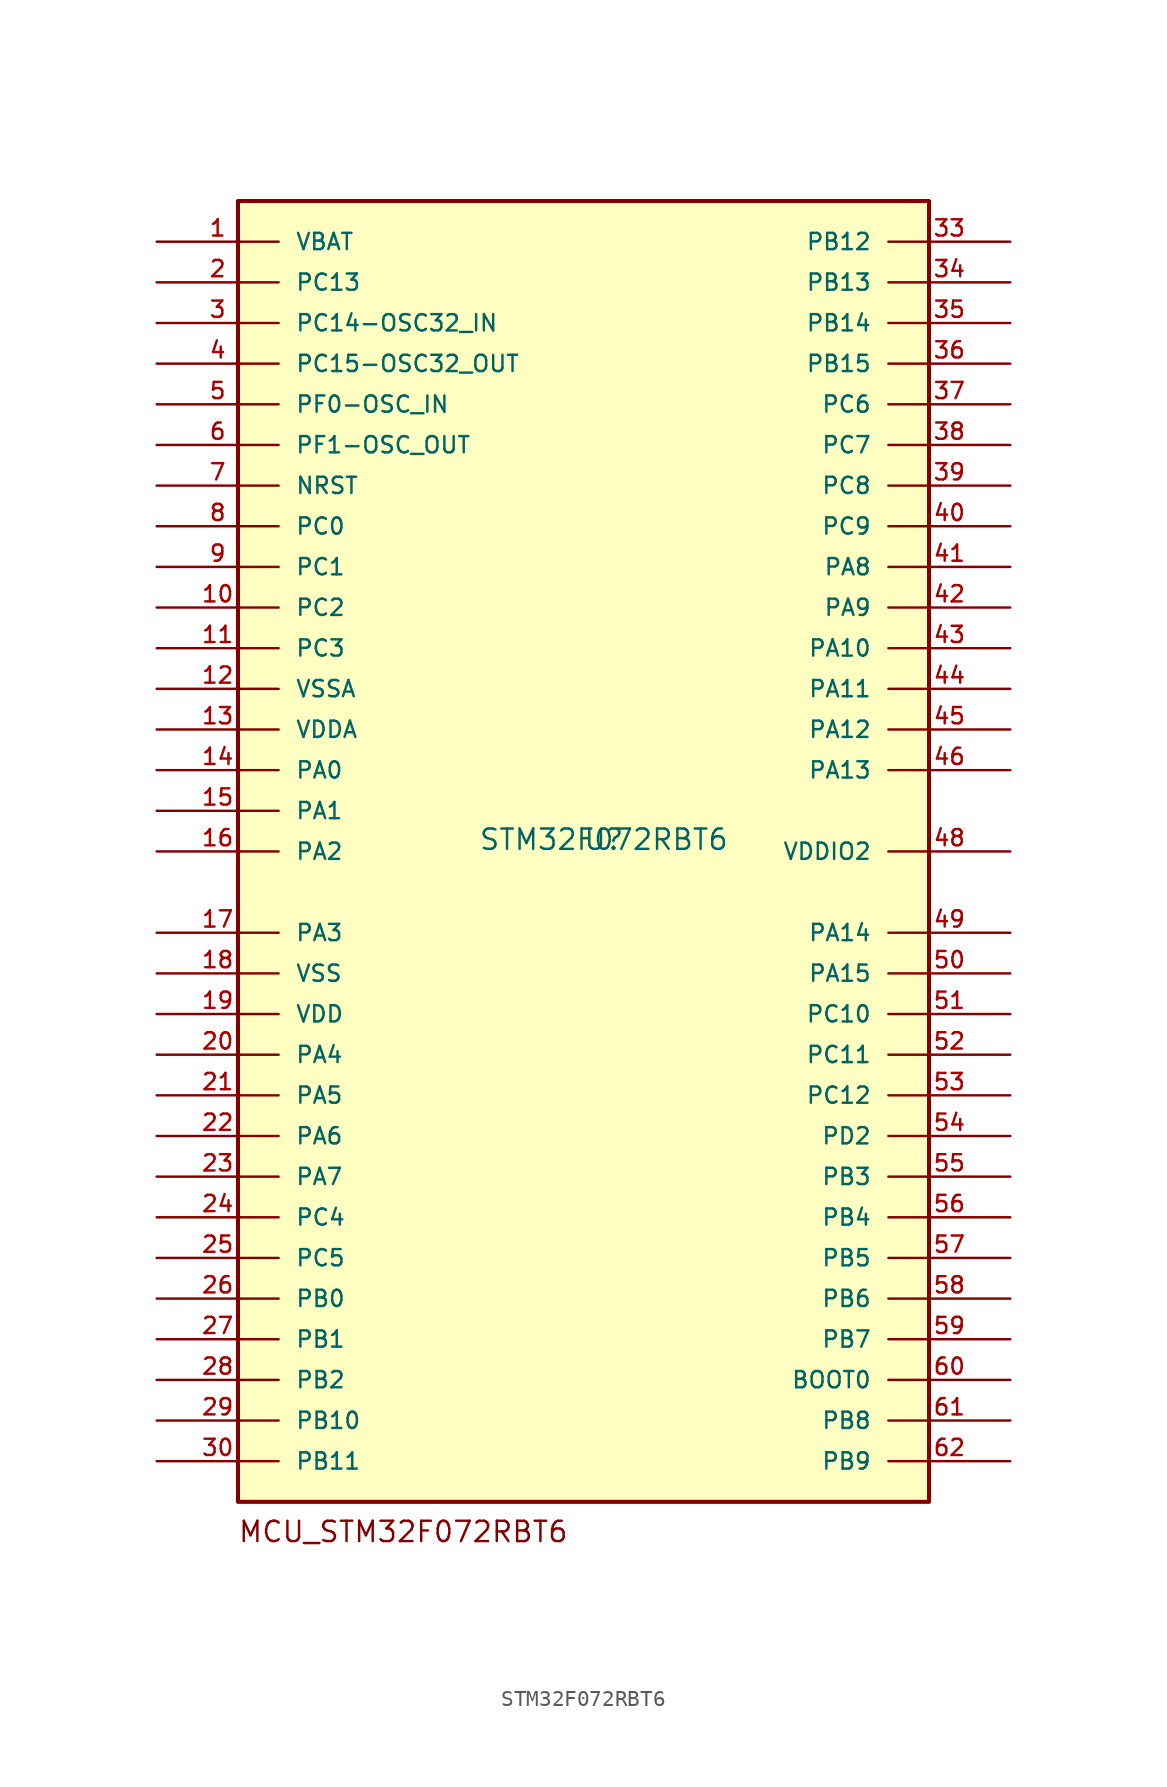
<source format=kicad_sym>
(kicad_symbol_lib
  (version 20211014)
  (generator kicad_symbol_editor)
  (symbol "STM32F072RBT6"
    (pin_names
      (offset 1.016))
    (property "Reference" "U"
      (at 0 0 0)
      (effects (font (size 1.27 1.27)) (justify bottom)))
    (property "Value" "STM32F072RBT6"
      (at 0 0.0 0)
      (effects (font (size 1.27 1.27)) (justify bottom)))
    (symbol "STM32F072RBT6_0_0"
      (text "MCU_STM32F072RBT6" (at -22.9 -43.256 0) (effects (font (size 1.272 1.272)) (justify bottom left)))
      (rectangle (start -22.86 -40.64) (end 20.32 40.64) (stroke (width 0.254)) (fill (type background)))
      (pin bidirectional line (at -27.94 38.1 0) (length 7.62) (name "VBAT" (effects (font (size 1.016 1.016)))) (number "1" (effects (font (size 1.016 1.016)))))
      (pin bidirectional line (at -27.94 35.56 0) (length 7.62) (name "PC13" (effects (font (size 1.016 1.016)))) (number "2" (effects (font (size 1.016 1.016)))))
      (pin bidirectional line (at -27.94 33.02 0) (length 7.62) (name "PC14-OSC32_IN" (effects (font (size 1.016 1.016)))) (number "3" (effects (font (size 1.016 1.016)))))
      (pin bidirectional line (at -27.94 30.48 0) (length 7.62) (name "PC15-OSC32_OUT" (effects (font (size 1.016 1.016)))) (number "4" (effects (font (size 1.016 1.016)))))
      (pin bidirectional line (at -27.94 27.94 0) (length 7.62) (name "PF0-OSC_IN" (effects (font (size 1.016 1.016)))) (number "5" (effects (font (size 1.016 1.016)))))
      (pin bidirectional line (at -27.94 25.4 0) (length 7.62) (name "PF1-OSC_OUT" (effects (font (size 1.016 1.016)))) (number "6" (effects (font (size 1.016 1.016)))))
      (pin bidirectional line (at -27.94 22.86 0) (length 7.62) (name "NRST" (effects (font (size 1.016 1.016)))) (number "7" (effects (font (size 1.016 1.016)))))
      (pin bidirectional line (at -27.94 20.32 0) (length 7.62) (name "PC0" (effects (font (size 1.016 1.016)))) (number "8" (effects (font (size 1.016 1.016)))))
      (pin bidirectional line (at -27.94 17.78 0) (length 7.62) (name "PC1" (effects (font (size 1.016 1.016)))) (number "9" (effects (font (size 1.016 1.016)))))
      (pin bidirectional line (at -27.94 15.24 0) (length 7.62) (name "PC2" (effects (font (size 1.016 1.016)))) (number "10" (effects (font (size 1.016 1.016)))))
      (pin bidirectional line (at -27.94 12.7 0) (length 7.62) (name "PC3" (effects (font (size 1.016 1.016)))) (number "11" (effects (font (size 1.016 1.016)))))
      (pin bidirectional line (at -27.94 10.16 0) (length 7.62) (name "VSSA" (effects (font (size 1.016 1.016)))) (number "12" (effects (font (size 1.016 1.016)))))
      (pin bidirectional line (at -27.94 7.62 0) (length 7.62) (name "VDDA" (effects (font (size 1.016 1.016)))) (number "13" (effects (font (size 1.016 1.016)))))
      (pin bidirectional line (at -27.94 5.08 0) (length 7.62) (name "PA0" (effects (font (size 1.016 1.016)))) (number "14" (effects (font (size 1.016 1.016)))))
      (pin bidirectional line (at -27.94 2.54 0) (length 7.62) (name "PA1" (effects (font (size 1.016 1.016)))) (number "15" (effects (font (size 1.016 1.016)))))
      (pin bidirectional line (at -27.94 0.0 0) (length 7.62) (name "PA2" (effects (font (size 1.016 1.016)))) (number "16" (effects (font (size 1.016 1.016)))))
      (pin bidirectional line (at -27.94 -5.08 0) (length 7.62) (name "PA3" (effects (font (size 1.016 1.016)))) (number "17" (effects (font (size 1.016 1.016)))))
      (pin bidirectional line (at -27.94 -7.62 0) (length 7.62) (name "VSS" (effects (font (size 1.016 1.016)))) (number "18" (effects (font (size 1.016 1.016)))))
      (pin bidirectional line (at -27.94 -7.62 0) (length 7.62) hide (name "VSS" (effects (font (size 1.016 1.016)))) (number "31" (effects (font (size 1.016 1.016)))))
      (pin bidirectional line (at -27.94 -7.62 0) (length 7.62) hide (name "VSS" (effects (font (size 1.016 1.016)))) (number "47" (effects (font (size 1.016 1.016)))))
      (pin bidirectional line (at -27.94 -7.62 0) (length 7.62) hide (name "VSS" (effects (font (size 1.016 1.016)))) (number "63" (effects (font (size 1.016 1.016)))))
      (pin bidirectional line (at -27.94 -10.16 0) (length 7.62) (name "VDD" (effects (font (size 1.016 1.016)))) (number "19" (effects (font (size 1.016 1.016)))))
      (pin bidirectional line (at -27.94 -10.16 0) (length 7.62) hide (name "VDD" (effects (font (size 1.016 1.016)))) (number "32" (effects (font (size 1.016 1.016)))))
      (pin bidirectional line (at -27.94 -10.16 0) (length 7.62) hide (name "VDD" (effects (font (size 1.016 1.016)))) (number "64" (effects (font (size 1.016 1.016)))))
      (pin bidirectional line (at -27.94 -12.7 0) (length 7.62) (name "PA4" (effects (font (size 1.016 1.016)))) (number "20" (effects (font (size 1.016 1.016)))))
      (pin bidirectional line (at -27.94 -15.24 0) (length 7.62) (name "PA5" (effects (font (size 1.016 1.016)))) (number "21" (effects (font (size 1.016 1.016)))))
      (pin bidirectional line (at -27.94 -17.78 0) (length 7.62) (name "PA6" (effects (font (size 1.016 1.016)))) (number "22" (effects (font (size 1.016 1.016)))))
      (pin bidirectional line (at -27.94 -20.32 0) (length 7.62) (name "PA7" (effects (font (size 1.016 1.016)))) (number "23" (effects (font (size 1.016 1.016)))))
      (pin bidirectional line (at -27.94 -22.86 0) (length 7.62) (name "PC4" (effects (font (size 1.016 1.016)))) (number "24" (effects (font (size 1.016 1.016)))))
      (pin bidirectional line (at -27.94 -25.4 0) (length 7.62) (name "PC5" (effects (font (size 1.016 1.016)))) (number "25" (effects (font (size 1.016 1.016)))))
      (pin bidirectional line (at -27.94 -27.94 0) (length 7.62) (name "PB0" (effects (font (size 1.016 1.016)))) (number "26" (effects (font (size 1.016 1.016)))))
      (pin bidirectional line (at -27.94 -30.48 0) (length 7.62) (name "PB1" (effects (font (size 1.016 1.016)))) (number "27" (effects (font (size 1.016 1.016)))))
      (pin bidirectional line (at -27.94 -33.02 0) (length 7.62) (name "PB2" (effects (font (size 1.016 1.016)))) (number "28" (effects (font (size 1.016 1.016)))))
      (pin bidirectional line (at -27.94 -35.56 0) (length 7.62) (name "PB10" (effects (font (size 1.016 1.016)))) (number "29" (effects (font (size 1.016 1.016)))))
      (pin bidirectional line (at -27.94 -38.1 0) (length 7.62) (name "PB11" (effects (font (size 1.016 1.016)))) (number "30" (effects (font (size 1.016 1.016)))))
      (pin bidirectional line (at 25.4 38.1 180.0) (length 7.62) (name "PB12" (effects (font (size 1.016 1.016)))) (number "33" (effects (font (size 1.016 1.016)))))
      (pin bidirectional line (at 25.4 35.56 180.0) (length 7.62) (name "PB13" (effects (font (size 1.016 1.016)))) (number "34" (effects (font (size 1.016 1.016)))))
      (pin bidirectional line (at 25.4 33.02 180.0) (length 7.62) (name "PB14" (effects (font (size 1.016 1.016)))) (number "35" (effects (font (size 1.016 1.016)))))
      (pin bidirectional line (at 25.4 30.48 180.0) (length 7.62) (name "PB15" (effects (font (size 1.016 1.016)))) (number "36" (effects (font (size 1.016 1.016)))))
      (pin bidirectional line (at 25.4 27.94 180.0) (length 7.62) (name "PC6" (effects (font (size 1.016 1.016)))) (number "37" (effects (font (size 1.016 1.016)))))
      (pin bidirectional line (at 25.4 25.4 180.0) (length 7.62) (name "PC7" (effects (font (size 1.016 1.016)))) (number "38" (effects (font (size 1.016 1.016)))))
      (pin bidirectional line (at 25.4 22.86 180.0) (length 7.62) (name "PC8" (effects (font (size 1.016 1.016)))) (number "39" (effects (font (size 1.016 1.016)))))
      (pin bidirectional line (at 25.4 20.32 180.0) (length 7.62) (name "PC9" (effects (font (size 1.016 1.016)))) (number "40" (effects (font (size 1.016 1.016)))))
      (pin bidirectional line (at 25.4 17.78 180.0) (length 7.62) (name "PA8" (effects (font (size 1.016 1.016)))) (number "41" (effects (font (size 1.016 1.016)))))
      (pin bidirectional line (at 25.4 15.24 180.0) (length 7.62) (name "PA9" (effects (font (size 1.016 1.016)))) (number "42" (effects (font (size 1.016 1.016)))))
      (pin bidirectional line (at 25.4 12.7 180.0) (length 7.62) (name "PA10" (effects (font (size 1.016 1.016)))) (number "43" (effects (font (size 1.016 1.016)))))
      (pin bidirectional line (at 25.4 10.16 180.0) (length 7.62) (name "PA11" (effects (font (size 1.016 1.016)))) (number "44" (effects (font (size 1.016 1.016)))))
      (pin bidirectional line (at 25.4 7.62 180.0) (length 7.62) (name "PA12" (effects (font (size 1.016 1.016)))) (number "45" (effects (font (size 1.016 1.016)))))
      (pin bidirectional line (at 25.4 5.08 180.0) (length 7.62) (name "PA13" (effects (font (size 1.016 1.016)))) (number "46" (effects (font (size 1.016 1.016)))))
      (pin bidirectional line (at 25.4 0.0 180.0) (length 7.62) (name "VDDIO2" (effects (font (size 1.016 1.016)))) (number "48" (effects (font (size 1.016 1.016)))))
      (pin bidirectional line (at 25.4 -5.08 180.0) (length 7.62) (name "PA14" (effects (font (size 1.016 1.016)))) (number "49" (effects (font (size 1.016 1.016)))))
      (pin bidirectional line (at 25.4 -7.62 180.0) (length 7.62) (name "PA15" (effects (font (size 1.016 1.016)))) (number "50" (effects (font (size 1.016 1.016)))))
      (pin bidirectional line (at 25.4 -10.16 180.0) (length 7.62) (name "PC10" (effects (font (size 1.016 1.016)))) (number "51" (effects (font (size 1.016 1.016)))))
      (pin bidirectional line (at 25.4 -12.7 180.0) (length 7.62) (name "PC11" (effects (font (size 1.016 1.016)))) (number "52" (effects (font (size 1.016 1.016)))))
      (pin bidirectional line (at 25.4 -15.24 180.0) (length 7.62) (name "PC12" (effects (font (size 1.016 1.016)))) (number "53" (effects (font (size 1.016 1.016)))))
      (pin bidirectional line (at 25.4 -17.78 180.0) (length 7.62) (name "PD2" (effects (font (size 1.016 1.016)))) (number "54" (effects (font (size 1.016 1.016)))))
      (pin bidirectional line (at 25.4 -20.32 180.0) (length 7.62) (name "PB3" (effects (font (size 1.016 1.016)))) (number "55" (effects (font (size 1.016 1.016)))))
      (pin bidirectional line (at 25.4 -22.86 180.0) (length 7.62) (name "PB4" (effects (font (size 1.016 1.016)))) (number "56" (effects (font (size 1.016 1.016)))))
      (pin bidirectional line (at 25.4 -25.4 180.0) (length 7.62) (name "PB5" (effects (font (size 1.016 1.016)))) (number "57" (effects (font (size 1.016 1.016)))))
      (pin bidirectional line (at 25.4 -27.94 180.0) (length 7.62) (name "PB6" (effects (font (size 1.016 1.016)))) (number "58" (effects (font (size 1.016 1.016)))))
      (pin bidirectional line (at 25.4 -30.48 180.0) (length 7.62) (name "PB7" (effects (font (size 1.016 1.016)))) (number "59" (effects (font (size 1.016 1.016)))))
      (pin bidirectional line (at 25.4 -33.02 180.0) (length 7.62) (name "BOOT0" (effects (font (size 1.016 1.016)))) (number "60" (effects (font (size 1.016 1.016)))))
      (pin bidirectional line (at 25.4 -35.56 180.0) (length 7.62) (name "PB8" (effects (font (size 1.016 1.016)))) (number "61" (effects (font (size 1.016 1.016)))))
      (pin bidirectional line (at 25.4 -38.1 180.0) (length 7.62) (name "PB9" (effects (font (size 1.016 1.016)))) (number "62" (effects (font (size 1.016 1.016))))))))
</source>
